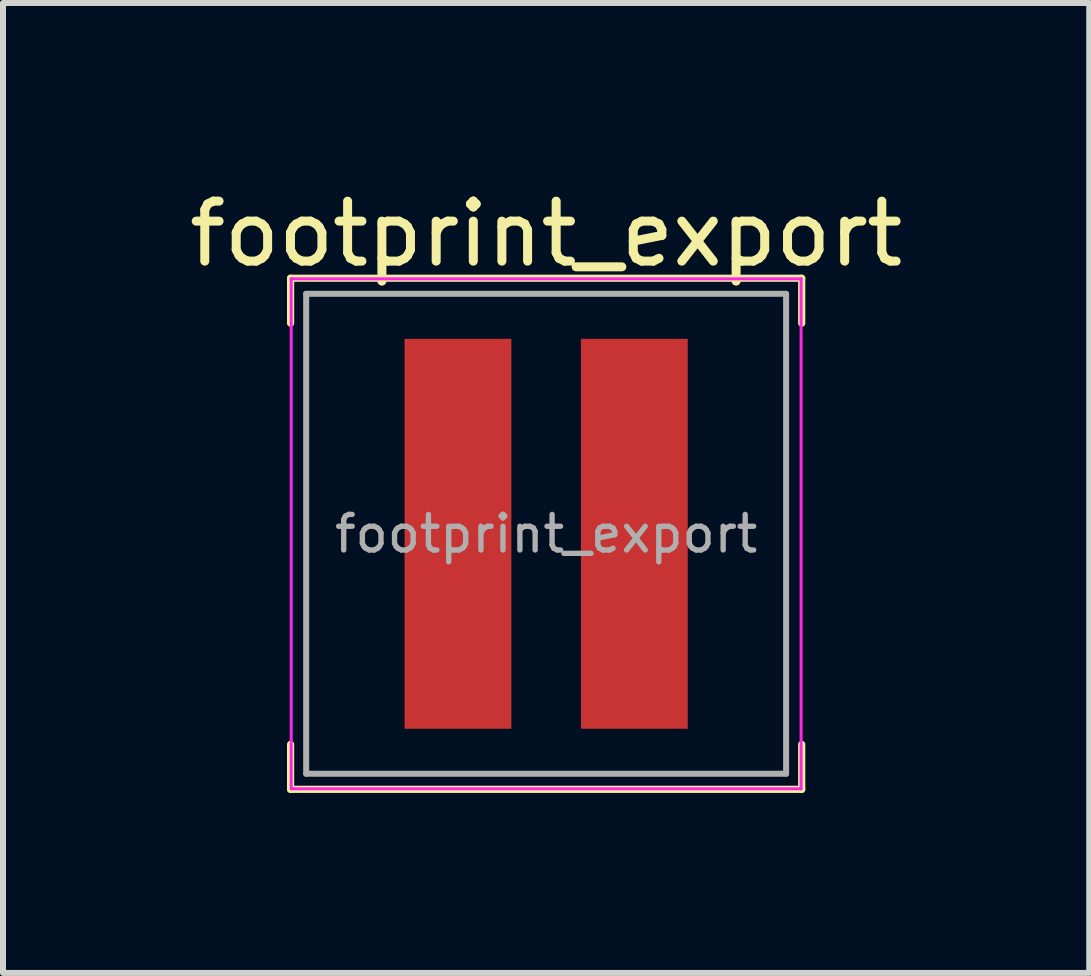
<source format=kicad_pcb>
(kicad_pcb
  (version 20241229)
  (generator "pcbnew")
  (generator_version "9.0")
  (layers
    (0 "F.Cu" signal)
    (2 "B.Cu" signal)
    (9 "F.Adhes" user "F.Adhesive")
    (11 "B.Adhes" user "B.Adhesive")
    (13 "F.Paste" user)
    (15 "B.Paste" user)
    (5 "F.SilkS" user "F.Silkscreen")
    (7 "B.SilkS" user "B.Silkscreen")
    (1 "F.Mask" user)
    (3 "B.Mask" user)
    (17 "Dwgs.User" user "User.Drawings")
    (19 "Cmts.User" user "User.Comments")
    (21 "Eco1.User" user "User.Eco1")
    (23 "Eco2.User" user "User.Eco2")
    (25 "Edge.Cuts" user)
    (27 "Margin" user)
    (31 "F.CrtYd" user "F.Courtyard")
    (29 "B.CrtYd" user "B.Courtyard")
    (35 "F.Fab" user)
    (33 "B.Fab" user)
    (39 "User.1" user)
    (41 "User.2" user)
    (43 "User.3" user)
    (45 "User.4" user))
  (footprint "footprint_export"
    (layer "F.Cu")
    (at 6.054 5.848)
    (property "Reference" "footprint_export" (at 0 -5 0) (layer "F.SilkS") (effects (font (size 1 1) (thickness 0.15))))
    (attr smd)
    (fp_line (start -4.26 -4.26) (end -4.26 -3.51) (stroke (width 0.12) (type solid)) (layer "F.SilkS"))
    (fp_line (start -4.26 -4.26) (end 4.26 -4.26) (stroke (width 0.12) (type solid)) (layer "F.SilkS"))
    (fp_line (start -4.26 4.26) (end -4.26 3.51) (stroke (width 0.12) (type solid)) (layer "F.SilkS"))
    (fp_line (start -4.26 4.26) (end 4.26 4.26) (stroke (width 0.12) (type solid)) (layer "F.SilkS"))
    (fp_line (start 4.26 -4.26) (end 4.26 -3.51) (stroke (width 0.12) (type solid)) (layer "F.SilkS"))
    (fp_line (start 4.26 4.26) (end 4.26 3.51) (stroke (width 0.12) (type solid)) (layer "F.SilkS"))
    (fp_line (start -4.25 -4.25) (end -4.25 4.25) (stroke (width 0.05) (type solid)) (layer "F.CrtYd"))
    (fp_line (start -4.25 4.25) (end 4.25 4.25) (stroke (width 0.05) (type solid)) (layer "F.CrtYd"))
    (fp_line (start 4.25 -4.25) (end -4.25 -4.25) (stroke (width 0.05) (type solid)) (layer "F.CrtYd"))
    (fp_line (start 4.25 4.25) (end 4.25 -4.25) (stroke (width 0.05) (type solid)) (layer "F.CrtYd"))
    (fp_line (start -4 -4) (end -4 4) (stroke (width 0.1) (type solid)) (layer "F.Fab"))
    (fp_line (start -4 4) (end 4 4) (stroke (width 0.1) (type solid)) (layer "F.Fab"))
    (fp_line (start 4 -4) (end -4 -4) (stroke (width 0.1) (type solid)) (layer "F.Fab"))
    (fp_line (start 4 4) (end 4 -4) (stroke (width 0.1) (type solid)) (layer "F.Fab"))
    (fp_text user "${REFERENCE}" (at 0 0 0) (layer "F.Fab") (effects (font (size 0.593 0.593) (thickness 0.089))))
    (pad "1" smd rect (at -1.47 0) (size 1.78 6.5) (layers "F.Cu" "F.Mask" "F.Paste"))
    (pad "2" smd rect (at 1.47 0) (size 1.78 6.5) (layers "F.Cu" "F.Mask" "F.Paste")))
  (gr_rect
    (start -3 -3)
    (end 15.107 13.168)
    (stroke (width 0.1) (type default))
    (fill no)
    (layer "Edge.Cuts")))
</source>
